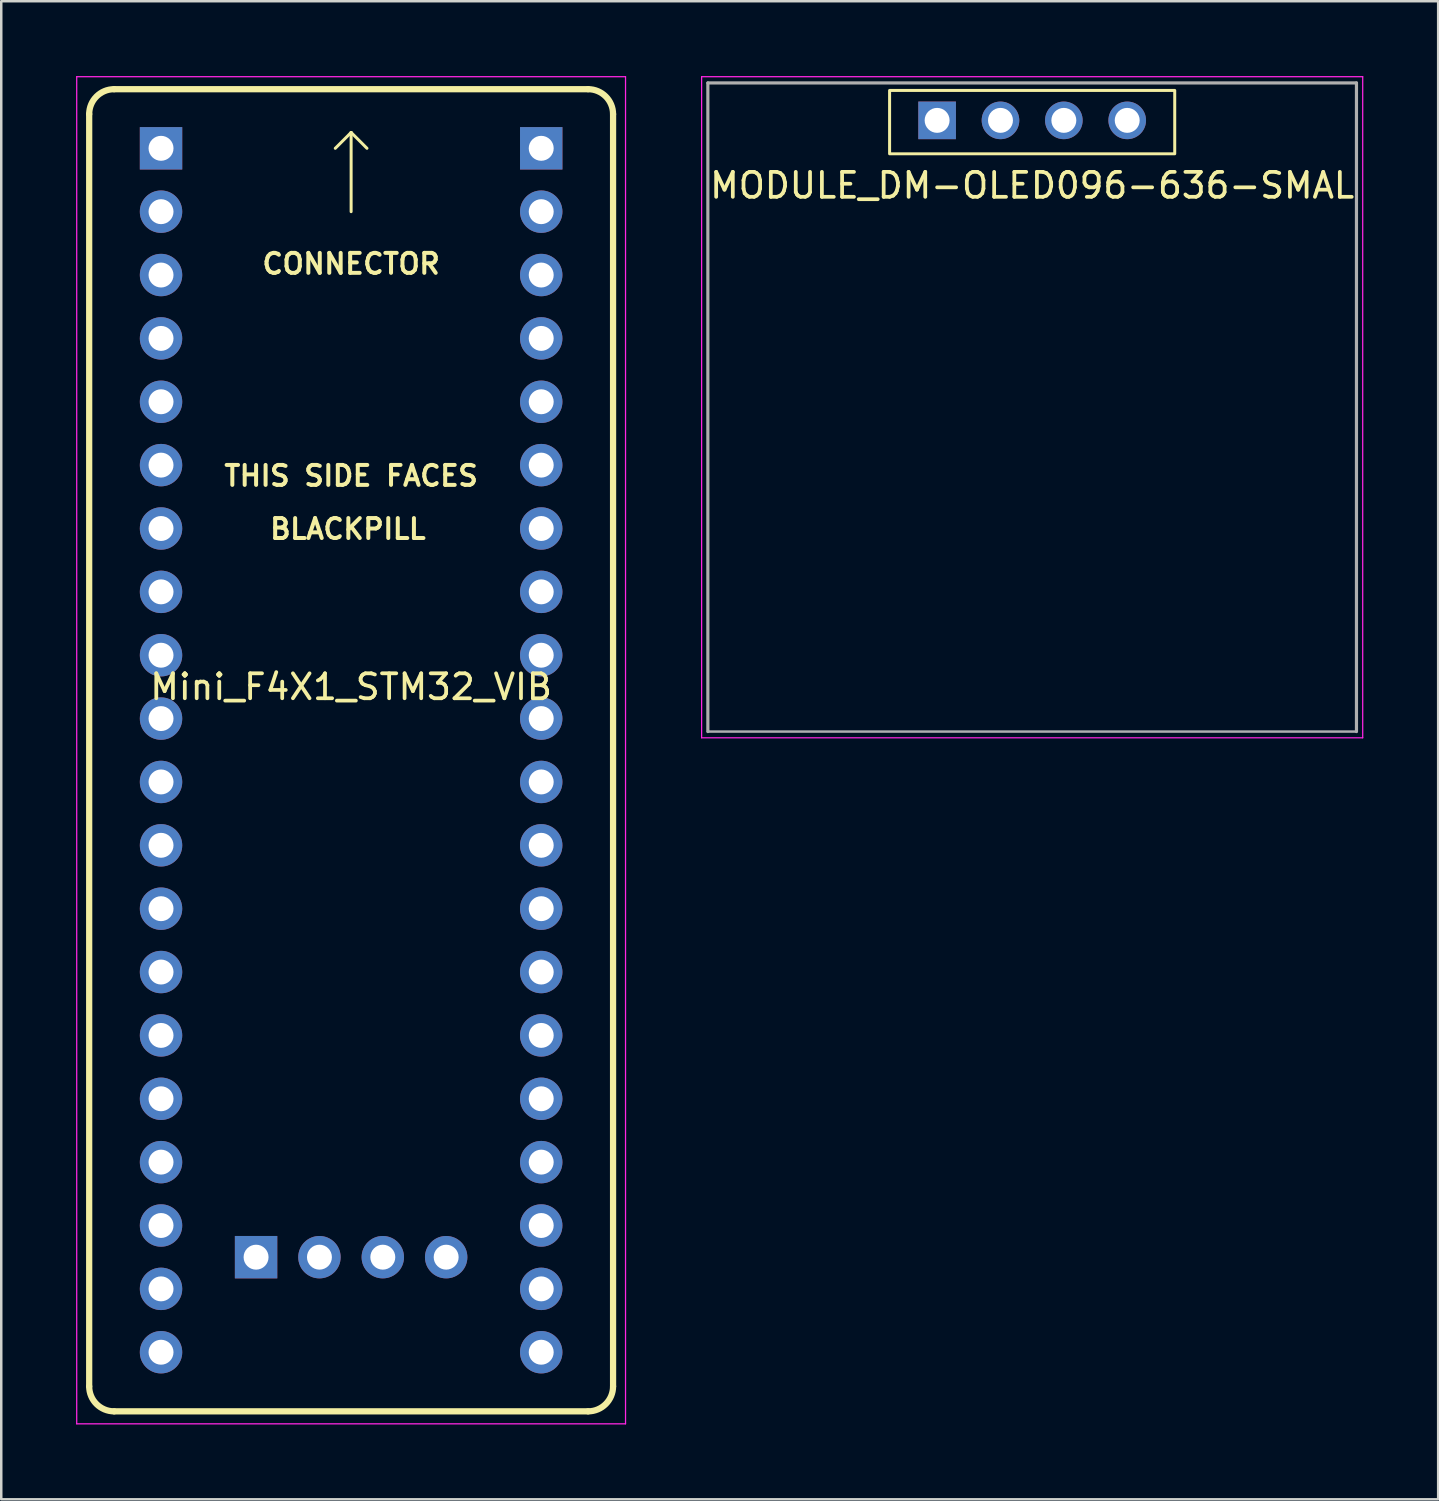
<source format=kicad_pcb>
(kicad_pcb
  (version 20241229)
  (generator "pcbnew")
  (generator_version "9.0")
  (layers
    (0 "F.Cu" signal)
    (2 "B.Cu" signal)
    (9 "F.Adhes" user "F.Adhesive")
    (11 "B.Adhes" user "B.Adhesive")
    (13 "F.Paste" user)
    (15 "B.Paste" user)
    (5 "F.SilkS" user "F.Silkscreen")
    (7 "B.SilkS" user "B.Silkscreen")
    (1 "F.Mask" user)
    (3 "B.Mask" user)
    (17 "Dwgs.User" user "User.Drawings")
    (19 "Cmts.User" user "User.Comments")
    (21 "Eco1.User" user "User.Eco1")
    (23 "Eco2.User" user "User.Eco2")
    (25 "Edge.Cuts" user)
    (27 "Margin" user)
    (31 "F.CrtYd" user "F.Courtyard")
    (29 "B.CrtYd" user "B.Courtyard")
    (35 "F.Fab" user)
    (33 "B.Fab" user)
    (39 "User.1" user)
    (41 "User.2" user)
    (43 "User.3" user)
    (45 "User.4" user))
  (footprint "Mini_F4X1_STM32_VIB"
    (layer "F.Cu")
    (at 11.025 27.025)
    (property "Reference" "Mini_F4X1_STM32_VIB" (at 0 -2.54 0) (unlocked yes) (layer "F.SilkS") (effects (font (size 1 1) (thickness 0.15))))
    (fp_line (start -10.5 -25.5) (end -10.5 25.5) (stroke (width 0.25) (type solid)) (layer "F.SilkS"))
    (fp_line (start -9.5 26.5) (end 9.5 26.5) (stroke (width 0.25) (type solid)) (layer "F.SilkS"))
    (fp_line (start -0.635 -24.13) (end 0 -24.765) (stroke (width 0.12) (type solid)) (layer "F.SilkS"))
    (fp_line (start 0 -24.765) (end 0 -21.59) (stroke (width 0.12) (type solid)) (layer "F.SilkS"))
    (fp_line (start 0.635 -24.13) (end 0 -24.765) (stroke (width 0.12) (type solid)) (layer "F.SilkS"))
    (fp_line (start 9.5 -26.5) (end -9.5 -26.5) (stroke (width 0.25) (type solid)) (layer "F.SilkS"))
    (fp_line (start 10.5 25.5) (end 10.5 -25.5) (stroke (width 0.25) (type solid)) (layer "F.SilkS"))
    (fp_arc (start -10.500003 -25.500003) (mid -10.207108 -26.207109) (end -9.5 -26.5) (stroke (width 0.25) (type solid)) (layer "F.SilkS"))
    (fp_arc (start -9.500003 26.499997) (mid -10.207109 26.207102) (end -10.5 25.499994) (stroke (width 0.25) (type solid)) (layer "F.SilkS"))
    (fp_arc (start 9.500003 -26.5) (mid 10.207109 -26.207105) (end 10.5 -25.499997) (stroke (width 0.25) (type solid)) (layer "F.SilkS"))
    (fp_arc (start 10.500003 25.500003) (mid 10.207108 26.20711) (end 9.5 26.5) (stroke (width 0.25) (type solid)) (layer "F.SilkS"))
    (fp_line (start -11 -27) (end -11 27) (stroke (width 0.05) (type default)) (layer "F.CrtYd"))
    (fp_line (start -11 27) (end 11 27) (stroke (width 0.05) (type default)) (layer "F.CrtYd"))
    (fp_line (start 11 -27) (end -11 -27) (stroke (width 0.05) (type default)) (layer "F.CrtYd"))
    (fp_line (start 11 27) (end 11 -27) (stroke (width 0.05) (type default)) (layer "F.CrtYd"))
    (fp_text user "THIS SIDE FACES" (at 0 -11 0) (unlocked yes) (layer "F.SilkS") (effects (font (size 0.8 0.8) (thickness 0.16))))
    (fp_text user "CONNECTOR" (at 0 -19.5 0) (unlocked yes) (layer "F.SilkS") (effects (font (size 0.8 0.8) (thickness 0.16))))
    (fp_text user "BLACKPILL" (at -0.13 -8.87 0) (unlocked yes) (layer "F.SilkS") (effects (font (size 0.8 0.8) (thickness 0.16))))
    (pad "1" thru_hole rect (at -7.62 -24.13) (size 1.7 1.7) (drill 1) (layers "*.Cu" "*.Mask"))
    (pad "2" thru_hole circle (at -7.62 -21.59) (size 1.7 1.7) (drill 1) (layers "*.Cu" "*.Mask"))
    (pad "3" thru_hole circle (at -7.62 -19.05) (size 1.7 1.7) (drill 1) (layers "*.Cu" "*.Mask"))
    (pad "4" thru_hole circle (at -7.62 -16.51) (size 1.7 1.7) (drill 1) (layers "*.Cu" "*.Mask"))
    (pad "5" thru_hole circle (at -7.62 -13.97) (size 1.7 1.7) (drill 1) (layers "*.Cu" "*.Mask"))
    (pad "6" thru_hole circle (at -7.62 -11.43) (size 1.7 1.7) (drill 1) (layers "*.Cu" "*.Mask"))
    (pad "7" thru_hole circle (at -7.62 -8.89) (size 1.7 1.7) (drill 1) (layers "*.Cu" "*.Mask"))
    (pad "8" thru_hole circle (at -7.62 -6.35) (size 1.7 1.7) (drill 1) (layers "*.Cu" "*.Mask"))
    (pad "9" thru_hole circle (at -7.62 -3.81) (size 1.7 1.7) (drill 1) (layers "*.Cu" "*.Mask"))
    (pad "10" thru_hole circle (at -7.62 -1.27) (size 1.7 1.7) (drill 1) (layers "*.Cu" "*.Mask"))
    (pad "11" thru_hole circle (at -7.62 1.27) (size 1.7 1.7) (drill 1) (layers "*.Cu" "*.Mask"))
    (pad "12" thru_hole circle (at -7.62 3.81) (size 1.7 1.7) (drill 1) (layers "*.Cu" "*.Mask"))
    (pad "13" thru_hole circle (at -7.62 6.35) (size 1.7 1.7) (drill 1) (layers "*.Cu" "*.Mask"))
    (pad "14" thru_hole circle (at -7.62 8.89) (size 1.7 1.7) (drill 1) (layers "*.Cu" "*.Mask"))
    (pad "15" thru_hole circle (at -7.62 11.43) (size 1.7 1.7) (drill 1) (layers "*.Cu" "*.Mask"))
    (pad "16" thru_hole circle (at -7.62 13.97) (size 1.7 1.7) (drill 1) (layers "*.Cu" "*.Mask"))
    (pad "17" thru_hole circle (at -7.62 16.51) (size 1.7 1.7) (drill 1) (layers "*.Cu" "*.Mask"))
    (pad "18" thru_hole circle (at -7.62 19.05) (size 1.7 1.7) (drill 1) (layers "*.Cu" "*.Mask"))
    (pad "19" thru_hole circle (at -7.62 21.59) (size 1.7 1.7) (drill 1) (layers "*.Cu" "*.Mask"))
    (pad "20" thru_hole circle (at -7.62 24.13) (size 1.7 1.7) (drill 1) (layers "*.Cu" "*.Mask"))
    (pad "21" thru_hole circle (at 7.62 24.13) (size 1.7 1.7) (drill 1) (layers "*.Cu" "*.Mask"))
    (pad "22" thru_hole circle (at 7.62 21.59) (size 1.7 1.7) (drill 1) (layers "*.Cu" "*.Mask"))
    (pad "23" thru_hole circle (at 7.62 19.05) (size 1.7 1.7) (drill 1) (layers "*.Cu" "*.Mask"))
    (pad "24" thru_hole circle (at 7.62 16.51) (size 1.7 1.7) (drill 1) (layers "*.Cu" "*.Mask"))
    (pad "25" thru_hole circle (at 7.62 13.97) (size 1.7 1.7) (drill 1) (layers "*.Cu" "*.Mask"))
    (pad "26" thru_hole circle (at 7.62 11.43) (size 1.7 1.7) (drill 1) (layers "*.Cu" "*.Mask"))
    (pad "27" thru_hole circle (at 7.62 8.89) (size 1.7 1.7) (drill 1) (layers "*.Cu" "*.Mask"))
    (pad "28" thru_hole circle (at 7.62 6.35) (size 1.7 1.7) (drill 1) (layers "*.Cu" "*.Mask"))
    (pad "29" thru_hole circle (at 7.62 3.81) (size 1.7 1.7) (drill 1) (layers "*.Cu" "*.Mask"))
    (pad "30" thru_hole circle (at 7.62 1.27) (size 1.7 1.7) (drill 1) (layers "*.Cu" "*.Mask"))
    (pad "31" thru_hole circle (at 7.62 -1.27) (size 1.7 1.7) (drill 1) (layers "*.Cu" "*.Mask"))
    (pad "32" thru_hole circle (at 7.62 -3.81) (size 1.7 1.7) (drill 1) (layers "*.Cu" "*.Mask"))
    (pad "33" thru_hole circle (at 7.62 -6.35) (size 1.7 1.7) (drill 1) (layers "*.Cu" "*.Mask"))
    (pad "34" thru_hole circle (at 7.62 -8.89) (size 1.7 1.7) (drill 1) (layers "*.Cu" "*.Mask"))
    (pad "35" thru_hole circle (at 7.62 -11.43) (size 1.7 1.7) (drill 1) (layers "*.Cu" "*.Mask"))
    (pad "36" thru_hole circle (at 7.62 -13.97) (size 1.7 1.7) (drill 1) (layers "*.Cu" "*.Mask"))
    (pad "37" thru_hole circle (at 7.62 -16.51) (size 1.7 1.7) (drill 1) (layers "*.Cu" "*.Mask"))
    (pad "38" thru_hole circle (at 7.62 -19.05) (size 1.7 1.7) (drill 1) (layers "*.Cu" "*.Mask"))
    (pad "39" thru_hole circle (at 7.62 -21.59) (size 1.7 1.7) (drill 1) (layers "*.Cu" "*.Mask"))
    (pad "40" thru_hole rect (at 7.62 -24.13) (size 1.7 1.7) (drill 1) (layers "*.Cu" "*.Mask"))
    (pad "41" thru_hole rect (at -3.81 20.32) (size 1.7 1.7) (drill 1) (layers "*.Cu" "*.Mask"))
    (pad "42" thru_hole circle (at -1.27 20.32) (size 1.7 1.7) (drill 1) (layers "*.Cu" "*.Mask"))
    (pad "43" thru_hole circle (at 1.27 20.32) (size 1.7 1.7) (drill 1) (layers "*.Cu" "*.Mask"))
    (pad "44" thru_hole circle (at 3.81 20.32) (size 1.7 1.7) (drill 1) (layers "*.Cu" "*.Mask")))
  (footprint "MODULE_DM-OLED096-636-SMAL"
    (layer "F.Cu")
    (at 38.325 13.275)
    (property "Reference" "MODULE_DM-OLED096-636-SMAL" (at 0 -8.89 0) (layer "F.SilkS") (effects (font (size 1 1) (thickness 0.15))))
    (attr through_hole)
    (fp_rect (start -5.715 -12.7) (end 5.715 -10.16) (stroke (width 0.12) (type default)) (fill no) (layer "F.SilkS"))
    (fp_line (start -13.25 -13.25) (end 13.25 -13.25) (stroke (width 0.05) (type solid)) (layer "F.CrtYd"))
    (fp_line (start -13.25 13.25) (end -13.25 -13.25) (stroke (width 0.05) (type solid)) (layer "F.CrtYd"))
    (fp_line (start 13.25 -13.25) (end 13.25 13.25) (stroke (width 0.05) (type solid)) (layer "F.CrtYd"))
    (fp_line (start 13.25 13.25) (end -13.25 13.25) (stroke (width 0.05) (type default)) (layer "F.CrtYd"))
    (fp_line (start -13 -13) (end 13 -13) (stroke (width 0.127) (type solid)) (layer "F.Fab"))
    (fp_line (start -13 13) (end -13 -13) (stroke (width 0.127) (type solid)) (layer "F.Fab"))
    (fp_line (start -13 13) (end 13 13) (stroke (width 0.1) (type default)) (layer "F.Fab"))
    (fp_line (start 13 -13) (end 13 13) (stroke (width 0.127) (type solid)) (layer "F.Fab"))
    (pad "1" thru_hole rect (at -3.81 -11.5) (size 1.508 1.508) (drill 1) (layers "*.Cu" "*.Mask"))
    (pad "2" thru_hole circle (at -1.27 -11.5) (size 1.508 1.508) (drill 1) (layers "*.Cu" "*.Mask"))
    (pad "3" thru_hole circle (at 1.27 -11.5) (size 1.508 1.508) (drill 1) (layers "*.Cu" "*.Mask"))
    (pad "4" thru_hole circle (at 3.81 -11.5) (size 1.508 1.508) (drill 1) (layers "*.Cu" "*.Mask")))
  (gr_rect
    (start -3 -3)
    (end 54.6 57.05)
    (stroke (width 0.1) (type default))
    (fill no)
    (layer "Edge.Cuts")))
</source>
